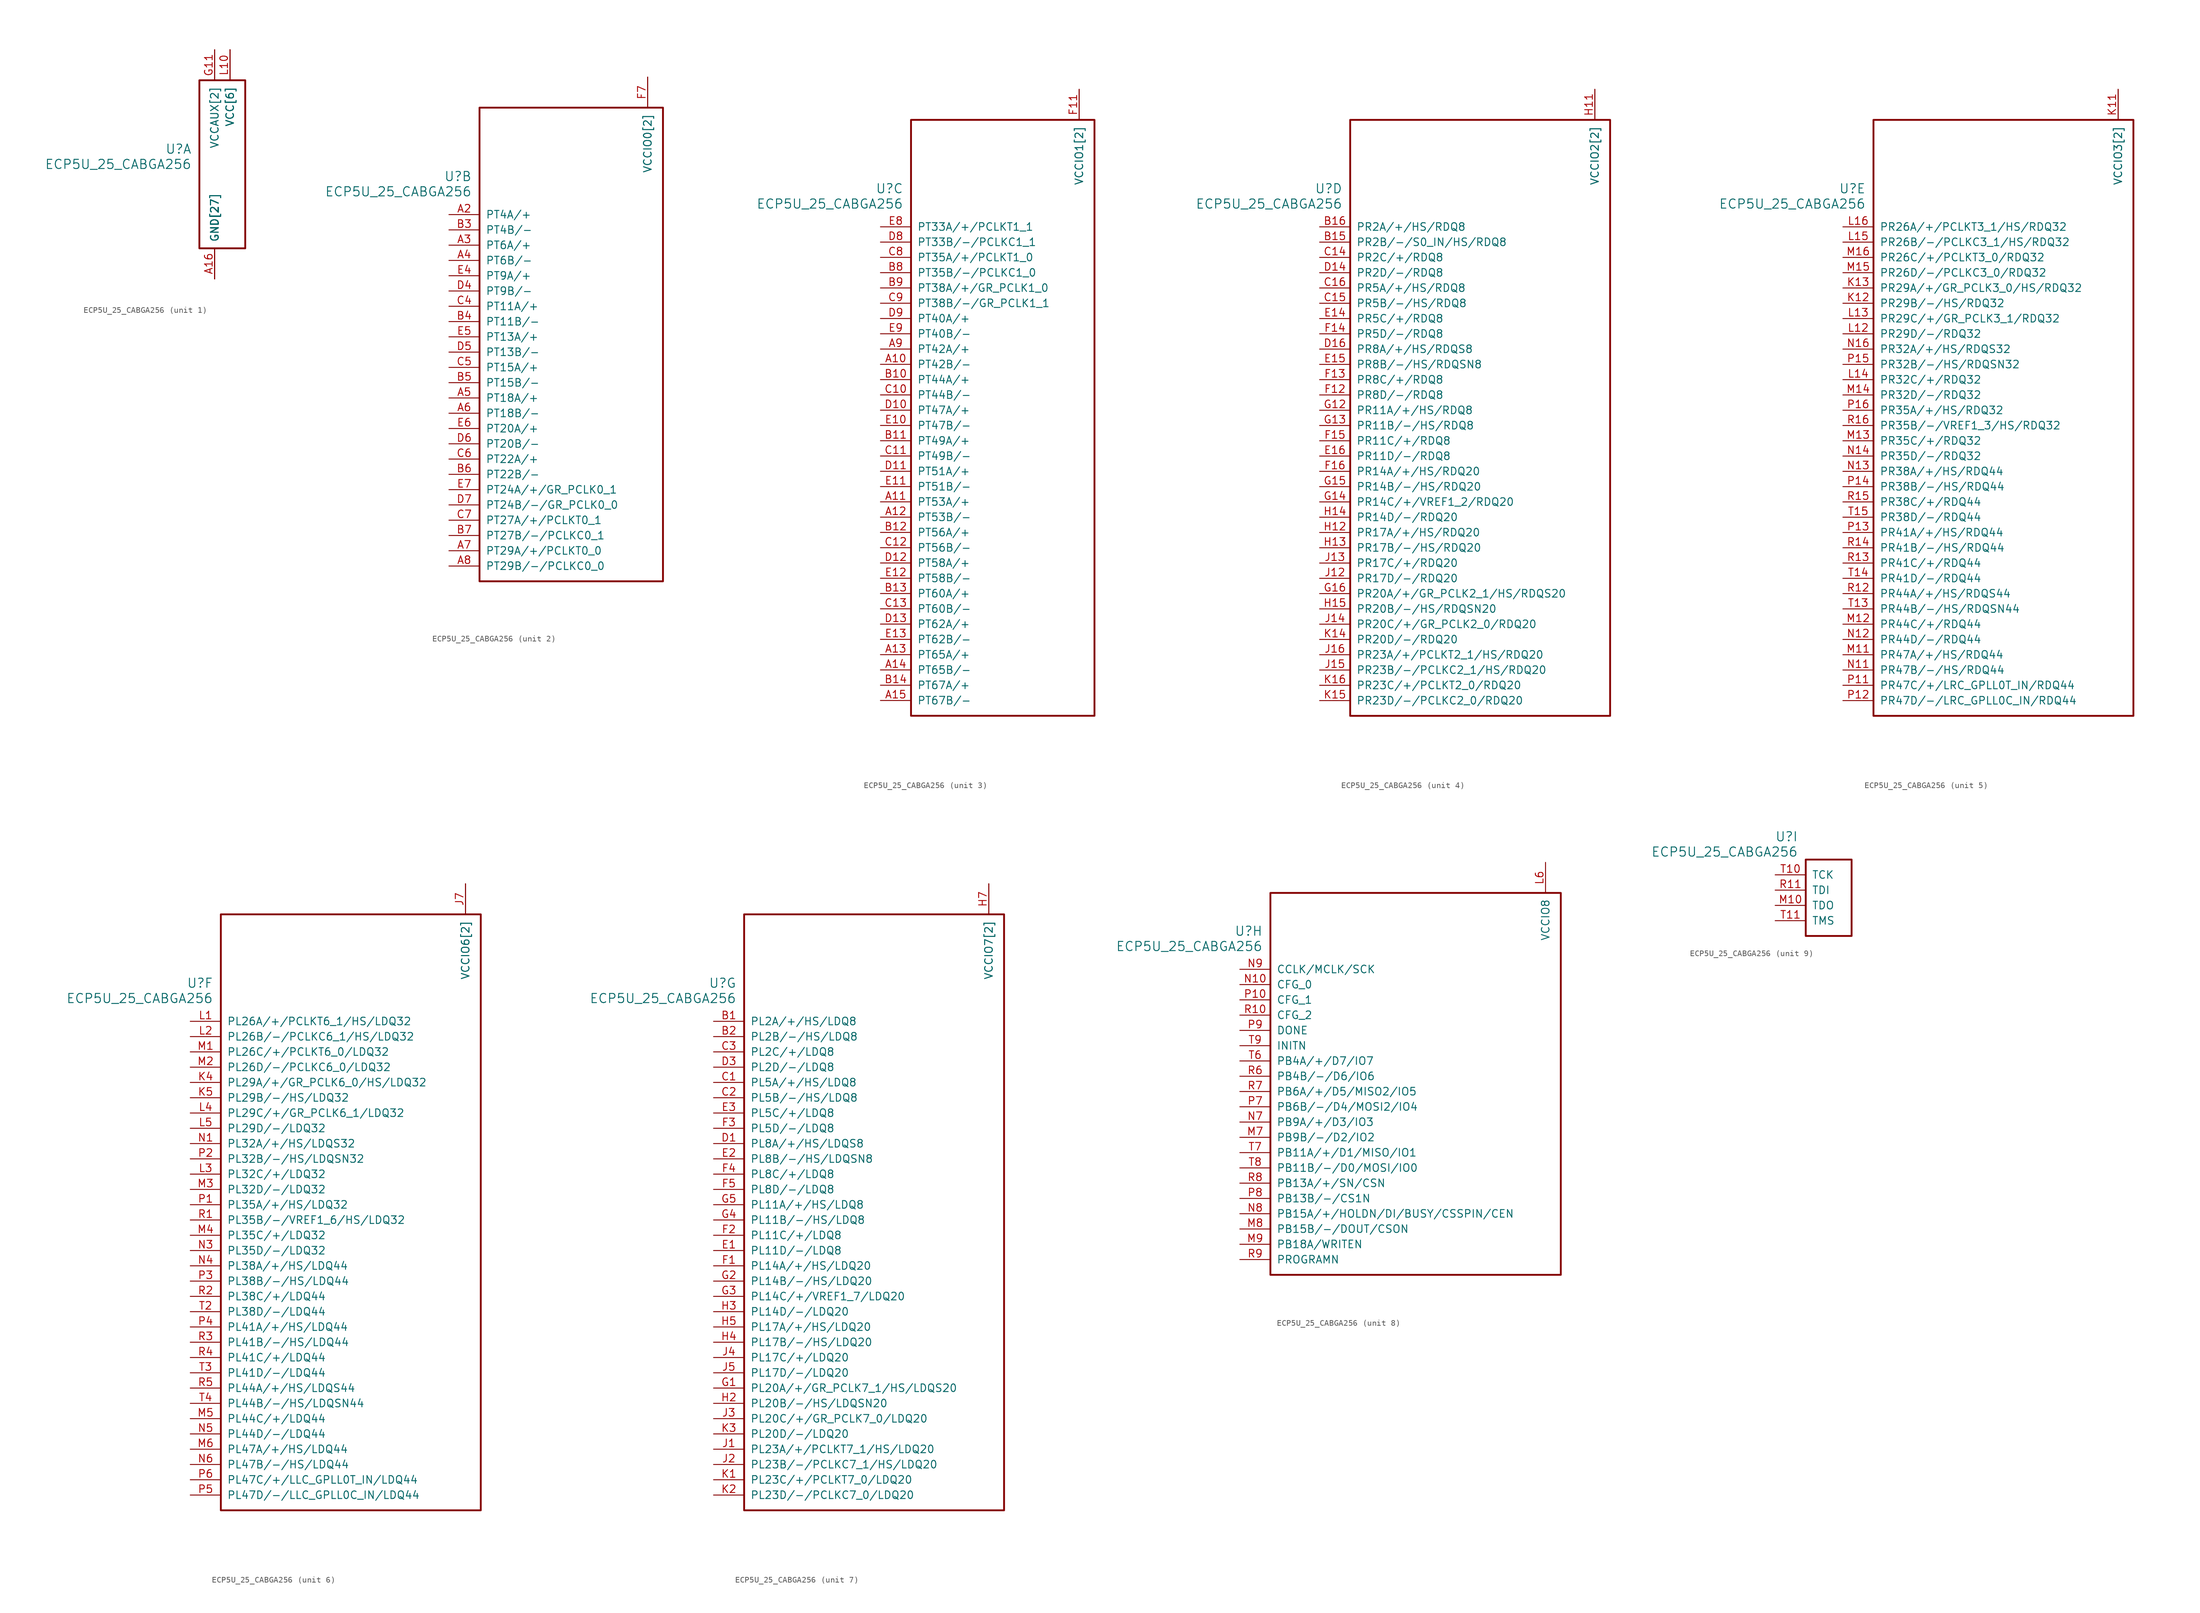
<source format=kicad_sym>
(kicad_symbol_lib
  (version 20231120)
  (generator "kicad_symbol_editor")
  (generator_version "8.0")
  (symbol "ECP5U_25_CABGA256"
    (pin_names
      (offset 1.016))
    (property "Reference" "U"
      (at 3.81 6.35 0)
      (effects (font (size 1.524 1.524)) (justify right)))
    (property "Value" "ECP5U_25_CABGA256"
      (at 3.81 3.81 0)
      (effects (font (size 1.524 1.524)) (justify right)))
    (property "ki_locked" ""
      (at 0 0 0)
      (effects (font (size 1.27 1.27))))
    (symbol "ECP5U_25_CABGA256_1_1"
      (rectangle (start 5.08 17.78) (end 12.7 -10.16) (stroke (width 0.305) (type solid)) (fill (type none)))
      (pin power_in line (at 7.62 -15.24 90) (length 5.08) (name "GND[27]" (effects (font (size 1.27 1.27)))) (number "A1" (effects (font (size 0 0)))))
      (pin power_in line (at 7.62 -15.24 90) (length 5.08) (name "GND[27]" (effects (font (size 1.27 1.27)))) (number "A16" (effects (font (size 1.27 1.27)))))
      (pin power_in line (at 7.62 -15.24 90) (length 5.08) (name "GND[27]" (effects (font (size 1.27 1.27)))) (number "D15" (effects (font (size 0 0)))))
      (pin power_in line (at 7.62 -15.24 90) (length 5.08) (name "GND[27]" (effects (font (size 1.27 1.27)))) (number "D2" (effects (font (size 0 0)))))
      (pin power_in line (at 7.62 -15.24 90) (length 5.08) (name "GND[27]" (effects (font (size 1.27 1.27)))) (number "F8" (effects (font (size 0 0)))))
      (pin power_in line (at 7.62 -15.24 90) (length 5.08) (name "GND[27]" (effects (font (size 1.27 1.27)))) (number "F9" (effects (font (size 0 0)))))
      (pin power_in line (at 7.62 -15.24 90) (length 5.08) (name "GND[27]" (effects (font (size 1.27 1.27)))) (number "G10" (effects (font (size 0 0)))))
      (pin power_in line (at 7.62 22.86 270) (length 5.08) (name "VCCAUX[2]" (effects (font (size 1.27 1.27)))) (number "G11" (effects (font (size 1.27 1.27)))))
      (pin power_in line (at 10.16 22.86 270) (length 5.08) (name "VCC[6]" (effects (font (size 1.27 1.27)))) (number "G6" (effects (font (size 0 0)))))
      (pin power_in line (at 10.16 22.86 270) (length 5.08) (name "VCC[6]" (effects (font (size 1.27 1.27)))) (number "G7" (effects (font (size 0 0)))))
      (pin power_in line (at 7.62 -15.24 90) (length 5.08) (name "GND[27]" (effects (font (size 1.27 1.27)))) (number "G8" (effects (font (size 0 0)))))
      (pin power_in line (at 10.16 22.86 270) (length 5.08) (name "VCC[6]" (effects (font (size 1.27 1.27)))) (number "G9" (effects (font (size 0 0)))))
      (pin power_in line (at 7.62 -15.24 90) (length 5.08) (name "GND[27]" (effects (font (size 1.27 1.27)))) (number "H1" (effects (font (size 0 0)))))
      (pin power_in line (at 7.62 -15.24 90) (length 5.08) (name "GND[27]" (effects (font (size 1.27 1.27)))) (number "H10" (effects (font (size 0 0)))))
      (pin power_in line (at 7.62 -15.24 90) (length 5.08) (name "GND[27]" (effects (font (size 1.27 1.27)))) (number "H16" (effects (font (size 0 0)))))
      (pin power_in line (at 7.62 -15.24 90) (length 5.08) (name "GND[27]" (effects (font (size 1.27 1.27)))) (number "H8" (effects (font (size 0 0)))))
      (pin power_in line (at 7.62 -15.24 90) (length 5.08) (name "GND[27]" (effects (font (size 1.27 1.27)))) (number "H9" (effects (font (size 0 0)))))
      (pin power_in line (at 7.62 -15.24 90) (length 5.08) (name "GND[27]" (effects (font (size 1.27 1.27)))) (number "J10" (effects (font (size 0 0)))))
      (pin power_in line (at 7.62 -15.24 90) (length 5.08) (name "GND[27]" (effects (font (size 1.27 1.27)))) (number "J8" (effects (font (size 0 0)))))
      (pin power_in line (at 7.62 -15.24 90) (length 5.08) (name "GND[27]" (effects (font (size 1.27 1.27)))) (number "J9" (effects (font (size 0 0)))))
      (pin power_in line (at 7.62 -15.24 90) (length 5.08) (name "GND[27]" (effects (font (size 1.27 1.27)))) (number "K10" (effects (font (size 0 0)))))
      (pin power_in line (at 7.62 -15.24 90) (length 5.08) (name "GND[27]" (effects (font (size 1.27 1.27)))) (number "K6" (effects (font (size 0 0)))))
      (pin power_in line (at 7.62 -15.24 90) (length 5.08) (name "GND[27]" (effects (font (size 1.27 1.27)))) (number "K7" (effects (font (size 0 0)))))
      (pin power_in line (at 7.62 -15.24 90) (length 5.08) (name "GND[27]" (effects (font (size 1.27 1.27)))) (number "K8" (effects (font (size 0 0)))))
      (pin power_in line (at 7.62 -15.24 90) (length 5.08) (name "GND[27]" (effects (font (size 1.27 1.27)))) (number "K9" (effects (font (size 0 0)))))
      (pin power_in line (at 10.16 22.86 270) (length 5.08) (name "VCC[6]" (effects (font (size 1.27 1.27)))) (number "L10" (effects (font (size 1.27 1.27)))))
      (pin power_in line (at 7.62 22.86 270) (length 5.08) (name "VCCAUX[2]" (effects (font (size 1.27 1.27)))) (number "L7" (effects (font (size 0 0)))))
      (pin power_in line (at 10.16 22.86 270) (length 5.08) (name "VCC[6]" (effects (font (size 1.27 1.27)))) (number "L8" (effects (font (size 0 0)))))
      (pin power_in line (at 10.16 22.86 270) (length 5.08) (name "VCC[6]" (effects (font (size 1.27 1.27)))) (number "L9" (effects (font (size 0 0)))))
      (pin power_in line (at 7.62 -15.24 90) (length 5.08) (name "GND[27]" (effects (font (size 1.27 1.27)))) (number "N15" (effects (font (size 0 0)))))
      (pin power_in line (at 7.62 -15.24 90) (length 5.08) (name "GND[27]" (effects (font (size 1.27 1.27)))) (number "N2" (effects (font (size 0 0)))))
      (pin power_in line (at 7.62 -15.24 90) (length 5.08) (name "GND[27]" (effects (font (size 1.27 1.27)))) (number "T1" (effects (font (size 0 0)))))
      (pin power_in line (at 7.62 -15.24 90) (length 5.08) (name "GND[27]" (effects (font (size 1.27 1.27)))) (number "T12" (effects (font (size 0 0)))))
      (pin power_in line (at 7.62 -15.24 90) (length 5.08) (name "GND[27]" (effects (font (size 1.27 1.27)))) (number "T16" (effects (font (size 0 0)))))
      (pin power_in line (at 7.62 -15.24 90) (length 5.08) (name "GND[27]" (effects (font (size 1.27 1.27)))) (number "T5" (effects (font (size 0 0))))))
    (symbol "ECP5U_25_CABGA256_2_1"
      (rectangle (start 5.08 17.78) (end 35.56 -60.96) (stroke (width 0.305) (type solid)) (fill (type none)))
      (pin bidirectional line (at 0 0 0) (length 5.08) (name "PT4A/+" (effects (font (size 1.27 1.27)))) (number "A2" (effects (font (size 1.27 1.27)))))
      (pin bidirectional line (at 0 -5.08 0) (length 5.08) (name "PT6A/+" (effects (font (size 1.27 1.27)))) (number "A3" (effects (font (size 1.27 1.27)))))
      (pin bidirectional line (at 0 -7.62 0) (length 5.08) (name "PT6B/-" (effects (font (size 1.27 1.27)))) (number "A4" (effects (font (size 1.27 1.27)))))
      (pin bidirectional line (at 0 -30.48 0) (length 5.08) (name "PT18A/+" (effects (font (size 1.27 1.27)))) (number "A5" (effects (font (size 1.27 1.27)))))
      (pin bidirectional line (at 0 -33.02 0) (length 5.08) (name "PT18B/-" (effects (font (size 1.27 1.27)))) (number "A6" (effects (font (size 1.27 1.27)))))
      (pin bidirectional line (at 0 -55.88 0) (length 5.08) (name "PT29A/+/PCLKT0_0" (effects (font (size 1.27 1.27)))) (number "A7" (effects (font (size 1.27 1.27)))))
      (pin bidirectional line (at 0 -58.42 0) (length 5.08) (name "PT29B/-/PCLKC0_0" (effects (font (size 1.27 1.27)))) (number "A8" (effects (font (size 1.27 1.27)))))
      (pin bidirectional line (at 0 -2.54 0) (length 5.08) (name "PT4B/-" (effects (font (size 1.27 1.27)))) (number "B3" (effects (font (size 1.27 1.27)))))
      (pin bidirectional line (at 0 -17.78 0) (length 5.08) (name "PT11B/-" (effects (font (size 1.27 1.27)))) (number "B4" (effects (font (size 1.27 1.27)))))
      (pin bidirectional line (at 0 -27.94 0) (length 5.08) (name "PT15B/-" (effects (font (size 1.27 1.27)))) (number "B5" (effects (font (size 1.27 1.27)))))
      (pin bidirectional line (at 0 -43.18 0) (length 5.08) (name "PT22B/-" (effects (font (size 1.27 1.27)))) (number "B6" (effects (font (size 1.27 1.27)))))
      (pin bidirectional line (at 0 -53.34 0) (length 5.08) (name "PT27B/-/PCLKC0_1" (effects (font (size 1.27 1.27)))) (number "B7" (effects (font (size 1.27 1.27)))))
      (pin bidirectional line (at 0 -15.24 0) (length 5.08) (name "PT11A/+" (effects (font (size 1.27 1.27)))) (number "C4" (effects (font (size 1.27 1.27)))))
      (pin bidirectional line (at 0 -25.4 0) (length 5.08) (name "PT15A/+" (effects (font (size 1.27 1.27)))) (number "C5" (effects (font (size 1.27 1.27)))))
      (pin bidirectional line (at 0 -40.64 0) (length 5.08) (name "PT22A/+" (effects (font (size 1.27 1.27)))) (number "C6" (effects (font (size 1.27 1.27)))))
      (pin bidirectional line (at 0 -50.8 0) (length 5.08) (name "PT27A/+/PCLKT0_1" (effects (font (size 1.27 1.27)))) (number "C7" (effects (font (size 1.27 1.27)))))
      (pin bidirectional line (at 0 -12.7 0) (length 5.08) (name "PT9B/-" (effects (font (size 1.27 1.27)))) (number "D4" (effects (font (size 1.27 1.27)))))
      (pin bidirectional line (at 0 -22.86 0) (length 5.08) (name "PT13B/-" (effects (font (size 1.27 1.27)))) (number "D5" (effects (font (size 1.27 1.27)))))
      (pin bidirectional line (at 0 -38.1 0) (length 5.08) (name "PT20B/-" (effects (font (size 1.27 1.27)))) (number "D6" (effects (font (size 1.27 1.27)))))
      (pin bidirectional line (at 0 -48.26 0) (length 5.08) (name "PT24B/-/GR_PCLK0_0" (effects (font (size 1.27 1.27)))) (number "D7" (effects (font (size 1.27 1.27)))))
      (pin bidirectional line (at 0 -10.16 0) (length 5.08) (name "PT9A/+" (effects (font (size 1.27 1.27)))) (number "E4" (effects (font (size 1.27 1.27)))))
      (pin bidirectional line (at 0 -20.32 0) (length 5.08) (name "PT13A/+" (effects (font (size 1.27 1.27)))) (number "E5" (effects (font (size 1.27 1.27)))))
      (pin bidirectional line (at 0 -35.56 0) (length 5.08) (name "PT20A/+" (effects (font (size 1.27 1.27)))) (number "E6" (effects (font (size 1.27 1.27)))))
      (pin bidirectional line (at 0 -45.72 0) (length 5.08) (name "PT24A/+/GR_PCLK0_1" (effects (font (size 1.27 1.27)))) (number "E7" (effects (font (size 1.27 1.27)))))
      (pin power_in line (at 33.02 22.86 270) (length 5.08) (name "VCCIO0[2]" (effects (font (size 1.27 1.27)))) (number "F6" (effects (font (size 0 0)))))
      (pin power_in line (at 33.02 22.86 270) (length 5.08) (name "VCCIO0[2]" (effects (font (size 1.27 1.27)))) (number "F7" (effects (font (size 1.27 1.27))))))
    (symbol "ECP5U_25_CABGA256_3_1"
      (rectangle (start 5.08 17.78) (end 35.56 -81.28) (stroke (width 0.305) (type solid)) (fill (type none)))
      (pin bidirectional line (at 0 -22.86 0) (length 5.08) (name "PT42B/-" (effects (font (size 1.27 1.27)))) (number "A10" (effects (font (size 1.27 1.27)))))
      (pin bidirectional line (at 0 -45.72 0) (length 5.08) (name "PT53A/+" (effects (font (size 1.27 1.27)))) (number "A11" (effects (font (size 1.27 1.27)))))
      (pin bidirectional line (at 0 -48.26 0) (length 5.08) (name "PT53B/-" (effects (font (size 1.27 1.27)))) (number "A12" (effects (font (size 1.27 1.27)))))
      (pin bidirectional line (at 0 -71.12 0) (length 5.08) (name "PT65A/+" (effects (font (size 1.27 1.27)))) (number "A13" (effects (font (size 1.27 1.27)))))
      (pin bidirectional line (at 0 -73.66 0) (length 5.08) (name "PT65B/-" (effects (font (size 1.27 1.27)))) (number "A14" (effects (font (size 1.27 1.27)))))
      (pin bidirectional line (at 0 -78.74 0) (length 5.08) (name "PT67B/-" (effects (font (size 1.27 1.27)))) (number "A15" (effects (font (size 1.27 1.27)))))
      (pin bidirectional line (at 0 -20.32 0) (length 5.08) (name "PT42A/+" (effects (font (size 1.27 1.27)))) (number "A9" (effects (font (size 1.27 1.27)))))
      (pin bidirectional line (at 0 -25.4 0) (length 5.08) (name "PT44A/+" (effects (font (size 1.27 1.27)))) (number "B10" (effects (font (size 1.27 1.27)))))
      (pin bidirectional line (at 0 -35.56 0) (length 5.08) (name "PT49A/+" (effects (font (size 1.27 1.27)))) (number "B11" (effects (font (size 1.27 1.27)))))
      (pin bidirectional line (at 0 -50.8 0) (length 5.08) (name "PT56A/+" (effects (font (size 1.27 1.27)))) (number "B12" (effects (font (size 1.27 1.27)))))
      (pin bidirectional line (at 0 -60.96 0) (length 5.08) (name "PT60A/+" (effects (font (size 1.27 1.27)))) (number "B13" (effects (font (size 1.27 1.27)))))
      (pin bidirectional line (at 0 -76.2 0) (length 5.08) (name "PT67A/+" (effects (font (size 1.27 1.27)))) (number "B14" (effects (font (size 1.27 1.27)))))
      (pin bidirectional line (at 0 -7.62 0) (length 5.08) (name "PT35B/-/PCLKC1_0" (effects (font (size 1.27 1.27)))) (number "B8" (effects (font (size 1.27 1.27)))))
      (pin bidirectional line (at 0 -10.16 0) (length 5.08) (name "PT38A/+/GR_PCLK1_0" (effects (font (size 1.27 1.27)))) (number "B9" (effects (font (size 1.27 1.27)))))
      (pin bidirectional line (at 0 -27.94 0) (length 5.08) (name "PT44B/-" (effects (font (size 1.27 1.27)))) (number "C10" (effects (font (size 1.27 1.27)))))
      (pin bidirectional line (at 0 -38.1 0) (length 5.08) (name "PT49B/-" (effects (font (size 1.27 1.27)))) (number "C11" (effects (font (size 1.27 1.27)))))
      (pin bidirectional line (at 0 -53.34 0) (length 5.08) (name "PT56B/-" (effects (font (size 1.27 1.27)))) (number "C12" (effects (font (size 1.27 1.27)))))
      (pin bidirectional line (at 0 -63.5 0) (length 5.08) (name "PT60B/-" (effects (font (size 1.27 1.27)))) (number "C13" (effects (font (size 1.27 1.27)))))
      (pin bidirectional line (at 0 -5.08 0) (length 5.08) (name "PT35A/+/PCLKT1_0" (effects (font (size 1.27 1.27)))) (number "C8" (effects (font (size 1.27 1.27)))))
      (pin bidirectional line (at 0 -12.7 0) (length 5.08) (name "PT38B/-/GR_PCLK1_1" (effects (font (size 1.27 1.27)))) (number "C9" (effects (font (size 1.27 1.27)))))
      (pin bidirectional line (at 0 -30.48 0) (length 5.08) (name "PT47A/+" (effects (font (size 1.27 1.27)))) (number "D10" (effects (font (size 1.27 1.27)))))
      (pin bidirectional line (at 0 -40.64 0) (length 5.08) (name "PT51A/+" (effects (font (size 1.27 1.27)))) (number "D11" (effects (font (size 1.27 1.27)))))
      (pin bidirectional line (at 0 -55.88 0) (length 5.08) (name "PT58A/+" (effects (font (size 1.27 1.27)))) (number "D12" (effects (font (size 1.27 1.27)))))
      (pin bidirectional line (at 0 -66.04 0) (length 5.08) (name "PT62A/+" (effects (font (size 1.27 1.27)))) (number "D13" (effects (font (size 1.27 1.27)))))
      (pin bidirectional line (at 0 -2.54 0) (length 5.08) (name "PT33B/-/PCLKC1_1" (effects (font (size 1.27 1.27)))) (number "D8" (effects (font (size 1.27 1.27)))))
      (pin bidirectional line (at 0 -15.24 0) (length 5.08) (name "PT40A/+" (effects (font (size 1.27 1.27)))) (number "D9" (effects (font (size 1.27 1.27)))))
      (pin bidirectional line (at 0 -33.02 0) (length 5.08) (name "PT47B/-" (effects (font (size 1.27 1.27)))) (number "E10" (effects (font (size 1.27 1.27)))))
      (pin bidirectional line (at 0 -43.18 0) (length 5.08) (name "PT51B/-" (effects (font (size 1.27 1.27)))) (number "E11" (effects (font (size 1.27 1.27)))))
      (pin bidirectional line (at 0 -58.42 0) (length 5.08) (name "PT58B/-" (effects (font (size 1.27 1.27)))) (number "E12" (effects (font (size 1.27 1.27)))))
      (pin bidirectional line (at 0 -68.58 0) (length 5.08) (name "PT62B/-" (effects (font (size 1.27 1.27)))) (number "E13" (effects (font (size 1.27 1.27)))))
      (pin bidirectional line (at 0 0 0) (length 5.08) (name "PT33A/+/PCLKT1_1" (effects (font (size 1.27 1.27)))) (number "E8" (effects (font (size 1.27 1.27)))))
      (pin bidirectional line (at 0 -17.78 0) (length 5.08) (name "PT40B/-" (effects (font (size 1.27 1.27)))) (number "E9" (effects (font (size 1.27 1.27)))))
      (pin power_in line (at 33.02 22.86 270) (length 5.08) (name "VCCIO1[2]" (effects (font (size 1.27 1.27)))) (number "F10" (effects (font (size 0 0)))))
      (pin power_in line (at 33.02 22.86 270) (length 5.08) (name "VCCIO1[2]" (effects (font (size 1.27 1.27)))) (number "F11" (effects (font (size 1.27 1.27))))))
    (symbol "ECP5U_25_CABGA256_4_1"
      (rectangle (start 5.08 17.78) (end 48.26 -81.28) (stroke (width 0.305) (type solid)) (fill (type none)))
      (pin bidirectional line (at 0 -2.54 0) (length 5.08) (name "PR2B/-/S0_IN/HS/RDQ8" (effects (font (size 1.27 1.27)))) (number "B15" (effects (font (size 1.27 1.27)))))
      (pin bidirectional line (at 0 0 0) (length 5.08) (name "PR2A/+/HS/RDQ8" (effects (font (size 1.27 1.27)))) (number "B16" (effects (font (size 1.27 1.27)))))
      (pin bidirectional line (at 0 -5.08 0) (length 5.08) (name "PR2C/+/RDQ8" (effects (font (size 1.27 1.27)))) (number "C14" (effects (font (size 1.27 1.27)))))
      (pin bidirectional line (at 0 -12.7 0) (length 5.08) (name "PR5B/-/HS/RDQ8" (effects (font (size 1.27 1.27)))) (number "C15" (effects (font (size 1.27 1.27)))))
      (pin bidirectional line (at 0 -10.16 0) (length 5.08) (name "PR5A/+/HS/RDQ8" (effects (font (size 1.27 1.27)))) (number "C16" (effects (font (size 1.27 1.27)))))
      (pin bidirectional line (at 0 -7.62 0) (length 5.08) (name "PR2D/-/RDQ8" (effects (font (size 1.27 1.27)))) (number "D14" (effects (font (size 1.27 1.27)))))
      (pin bidirectional line (at 0 -20.32 0) (length 5.08) (name "PR8A/+/HS/RDQS8" (effects (font (size 1.27 1.27)))) (number "D16" (effects (font (size 1.27 1.27)))))
      (pin bidirectional line (at 0 -15.24 0) (length 5.08) (name "PR5C/+/RDQ8" (effects (font (size 1.27 1.27)))) (number "E14" (effects (font (size 1.27 1.27)))))
      (pin bidirectional line (at 0 -22.86 0) (length 5.08) (name "PR8B/-/HS/RDQSN8" (effects (font (size 1.27 1.27)))) (number "E15" (effects (font (size 1.27 1.27)))))
      (pin bidirectional line (at 0 -38.1 0) (length 5.08) (name "PR11D/-/RDQ8" (effects (font (size 1.27 1.27)))) (number "E16" (effects (font (size 1.27 1.27)))))
      (pin bidirectional line (at 0 -27.94 0) (length 5.08) (name "PR8D/-/RDQ8" (effects (font (size 1.27 1.27)))) (number "F12" (effects (font (size 1.27 1.27)))))
      (pin bidirectional line (at 0 -25.4 0) (length 5.08) (name "PR8C/+/RDQ8" (effects (font (size 1.27 1.27)))) (number "F13" (effects (font (size 1.27 1.27)))))
      (pin bidirectional line (at 0 -17.78 0) (length 5.08) (name "PR5D/-/RDQ8" (effects (font (size 1.27 1.27)))) (number "F14" (effects (font (size 1.27 1.27)))))
      (pin bidirectional line (at 0 -35.56 0) (length 5.08) (name "PR11C/+/RDQ8" (effects (font (size 1.27 1.27)))) (number "F15" (effects (font (size 1.27 1.27)))))
      (pin bidirectional line (at 0 -40.64 0) (length 5.08) (name "PR14A/+/HS/RDQ20" (effects (font (size 1.27 1.27)))) (number "F16" (effects (font (size 1.27 1.27)))))
      (pin bidirectional line (at 0 -30.48 0) (length 5.08) (name "PR11A/+/HS/RDQ8" (effects (font (size 1.27 1.27)))) (number "G12" (effects (font (size 1.27 1.27)))))
      (pin bidirectional line (at 0 -33.02 0) (length 5.08) (name "PR11B/-/HS/RDQ8" (effects (font (size 1.27 1.27)))) (number "G13" (effects (font (size 1.27 1.27)))))
      (pin bidirectional line (at 0 -45.72 0) (length 5.08) (name "PR14C/+/VREF1_2/RDQ20" (effects (font (size 1.27 1.27)))) (number "G14" (effects (font (size 1.27 1.27)))))
      (pin bidirectional line (at 0 -43.18 0) (length 5.08) (name "PR14B/-/HS/RDQ20" (effects (font (size 1.27 1.27)))) (number "G15" (effects (font (size 1.27 1.27)))))
      (pin bidirectional line (at 0 -60.96 0) (length 5.08) (name "PR20A/+/GR_PCLK2_1/HS/RDQS20" (effects (font (size 1.27 1.27)))) (number "G16" (effects (font (size 1.27 1.27)))))
      (pin power_in line (at 45.72 22.86 270) (length 5.08) (name "VCCIO2[2]" (effects (font (size 1.27 1.27)))) (number "H11" (effects (font (size 1.27 1.27)))))
      (pin bidirectional line (at 0 -50.8 0) (length 5.08) (name "PR17A/+/HS/RDQ20" (effects (font (size 1.27 1.27)))) (number "H12" (effects (font (size 1.27 1.27)))))
      (pin bidirectional line (at 0 -53.34 0) (length 5.08) (name "PR17B/-/HS/RDQ20" (effects (font (size 1.27 1.27)))) (number "H13" (effects (font (size 1.27 1.27)))))
      (pin bidirectional line (at 0 -48.26 0) (length 5.08) (name "PR14D/-/RDQ20" (effects (font (size 1.27 1.27)))) (number "H14" (effects (font (size 1.27 1.27)))))
      (pin bidirectional line (at 0 -63.5 0) (length 5.08) (name "PR20B/-/HS/RDQSN20" (effects (font (size 1.27 1.27)))) (number "H15" (effects (font (size 1.27 1.27)))))
      (pin power_in line (at 45.72 22.86 270) (length 5.08) (name "VCCIO2[2]" (effects (font (size 1.27 1.27)))) (number "J11" (effects (font (size 0 0)))))
      (pin bidirectional line (at 0 -58.42 0) (length 5.08) (name "PR17D/-/RDQ20" (effects (font (size 1.27 1.27)))) (number "J12" (effects (font (size 1.27 1.27)))))
      (pin bidirectional line (at 0 -55.88 0) (length 5.08) (name "PR17C/+/RDQ20" (effects (font (size 1.27 1.27)))) (number "J13" (effects (font (size 1.27 1.27)))))
      (pin bidirectional line (at 0 -66.04 0) (length 5.08) (name "PR20C/+/GR_PCLK2_0/RDQ20" (effects (font (size 1.27 1.27)))) (number "J14" (effects (font (size 1.27 1.27)))))
      (pin bidirectional line (at 0 -73.66 0) (length 5.08) (name "PR23B/-/PCLKC2_1/HS/RDQ20" (effects (font (size 1.27 1.27)))) (number "J15" (effects (font (size 1.27 1.27)))))
      (pin bidirectional line (at 0 -71.12 0) (length 5.08) (name "PR23A/+/PCLKT2_1/HS/RDQ20" (effects (font (size 1.27 1.27)))) (number "J16" (effects (font (size 1.27 1.27)))))
      (pin bidirectional line (at 0 -68.58 0) (length 5.08) (name "PR20D/-/RDQ20" (effects (font (size 1.27 1.27)))) (number "K14" (effects (font (size 1.27 1.27)))))
      (pin bidirectional line (at 0 -78.74 0) (length 5.08) (name "PR23D/-/PCLKC2_0/RDQ20" (effects (font (size 1.27 1.27)))) (number "K15" (effects (font (size 1.27 1.27)))))
      (pin bidirectional line (at 0 -76.2 0) (length 5.08) (name "PR23C/+/PCLKT2_0/RDQ20" (effects (font (size 1.27 1.27)))) (number "K16" (effects (font (size 1.27 1.27))))))
    (symbol "ECP5U_25_CABGA256_5_1"
      (rectangle (start 5.08 17.78) (end 48.26 -81.28) (stroke (width 0.305) (type solid)) (fill (type none)))
      (pin power_in line (at 45.72 22.86 270) (length 5.08) (name "VCCIO3[2]" (effects (font (size 1.27 1.27)))) (number "K11" (effects (font (size 1.27 1.27)))))
      (pin bidirectional line (at 0 -12.7 0) (length 5.08) (name "PR29B/-/HS/RDQ32" (effects (font (size 1.27 1.27)))) (number "K12" (effects (font (size 1.27 1.27)))))
      (pin bidirectional line (at 0 -10.16 0) (length 5.08) (name "PR29A/+/GR_PCLK3_0/HS/RDQ32" (effects (font (size 1.27 1.27)))) (number "K13" (effects (font (size 1.27 1.27)))))
      (pin power_in line (at 45.72 22.86 270) (length 5.08) (name "VCCIO3[2]" (effects (font (size 1.27 1.27)))) (number "L11" (effects (font (size 0 0)))))
      (pin bidirectional line (at 0 -17.78 0) (length 5.08) (name "PR29D/-/RDQ32" (effects (font (size 1.27 1.27)))) (number "L12" (effects (font (size 1.27 1.27)))))
      (pin bidirectional line (at 0 -15.24 0) (length 5.08) (name "PR29C/+/GR_PCLK3_1/RDQ32" (effects (font (size 1.27 1.27)))) (number "L13" (effects (font (size 1.27 1.27)))))
      (pin bidirectional line (at 0 -25.4 0) (length 5.08) (name "PR32C/+/RDQ32" (effects (font (size 1.27 1.27)))) (number "L14" (effects (font (size 1.27 1.27)))))
      (pin bidirectional line (at 0 -2.54 0) (length 5.08) (name "PR26B/-/PCLKC3_1/HS/RDQ32" (effects (font (size 1.27 1.27)))) (number "L15" (effects (font (size 1.27 1.27)))))
      (pin bidirectional line (at 0 0 0) (length 5.08) (name "PR26A/+/PCLKT3_1/HS/RDQ32" (effects (font (size 1.27 1.27)))) (number "L16" (effects (font (size 1.27 1.27)))))
      (pin bidirectional line (at 0 -71.12 0) (length 5.08) (name "PR47A/+/HS/RDQ44" (effects (font (size 1.27 1.27)))) (number "M11" (effects (font (size 1.27 1.27)))))
      (pin bidirectional line (at 0 -66.04 0) (length 5.08) (name "PR44C/+/RDQ44" (effects (font (size 1.27 1.27)))) (number "M12" (effects (font (size 1.27 1.27)))))
      (pin bidirectional line (at 0 -35.56 0) (length 5.08) (name "PR35C/+/RDQ32" (effects (font (size 1.27 1.27)))) (number "M13" (effects (font (size 1.27 1.27)))))
      (pin bidirectional line (at 0 -27.94 0) (length 5.08) (name "PR32D/-/RDQ32" (effects (font (size 1.27 1.27)))) (number "M14" (effects (font (size 1.27 1.27)))))
      (pin bidirectional line (at 0 -7.62 0) (length 5.08) (name "PR26D/-/PCLKC3_0/RDQ32" (effects (font (size 1.27 1.27)))) (number "M15" (effects (font (size 1.27 1.27)))))
      (pin bidirectional line (at 0 -5.08 0) (length 5.08) (name "PR26C/+/PCLKT3_0/RDQ32" (effects (font (size 1.27 1.27)))) (number "M16" (effects (font (size 1.27 1.27)))))
      (pin bidirectional line (at 0 -73.66 0) (length 5.08) (name "PR47B/-/HS/RDQ44" (effects (font (size 1.27 1.27)))) (number "N11" (effects (font (size 1.27 1.27)))))
      (pin bidirectional line (at 0 -68.58 0) (length 5.08) (name "PR44D/-/RDQ44" (effects (font (size 1.27 1.27)))) (number "N12" (effects (font (size 1.27 1.27)))))
      (pin bidirectional line (at 0 -40.64 0) (length 5.08) (name "PR38A/+/HS/RDQ44" (effects (font (size 1.27 1.27)))) (number "N13" (effects (font (size 1.27 1.27)))))
      (pin bidirectional line (at 0 -38.1 0) (length 5.08) (name "PR35D/-/RDQ32" (effects (font (size 1.27 1.27)))) (number "N14" (effects (font (size 1.27 1.27)))))
      (pin bidirectional line (at 0 -20.32 0) (length 5.08) (name "PR32A/+/HS/RDQS32" (effects (font (size 1.27 1.27)))) (number "N16" (effects (font (size 1.27 1.27)))))
      (pin bidirectional line (at 0 -76.2 0) (length 5.08) (name "PR47C/+/LRC_GPLL0T_IN/RDQ44" (effects (font (size 1.27 1.27)))) (number "P11" (effects (font (size 1.27 1.27)))))
      (pin bidirectional line (at 0 -78.74 0) (length 5.08) (name "PR47D/-/LRC_GPLL0C_IN/RDQ44" (effects (font (size 1.27 1.27)))) (number "P12" (effects (font (size 1.27 1.27)))))
      (pin bidirectional line (at 0 -50.8 0) (length 5.08) (name "PR41A/+/HS/RDQ44" (effects (font (size 1.27 1.27)))) (number "P13" (effects (font (size 1.27 1.27)))))
      (pin bidirectional line (at 0 -43.18 0) (length 5.08) (name "PR38B/-/HS/RDQ44" (effects (font (size 1.27 1.27)))) (number "P14" (effects (font (size 1.27 1.27)))))
      (pin bidirectional line (at 0 -22.86 0) (length 5.08) (name "PR32B/-/HS/RDQSN32" (effects (font (size 1.27 1.27)))) (number "P15" (effects (font (size 1.27 1.27)))))
      (pin bidirectional line (at 0 -30.48 0) (length 5.08) (name "PR35A/+/HS/RDQ32" (effects (font (size 1.27 1.27)))) (number "P16" (effects (font (size 1.27 1.27)))))
      (pin bidirectional line (at 0 -60.96 0) (length 5.08) (name "PR44A/+/HS/RDQS44" (effects (font (size 1.27 1.27)))) (number "R12" (effects (font (size 1.27 1.27)))))
      (pin bidirectional line (at 0 -55.88 0) (length 5.08) (name "PR41C/+/RDQ44" (effects (font (size 1.27 1.27)))) (number "R13" (effects (font (size 1.27 1.27)))))
      (pin bidirectional line (at 0 -53.34 0) (length 5.08) (name "PR41B/-/HS/RDQ44" (effects (font (size 1.27 1.27)))) (number "R14" (effects (font (size 1.27 1.27)))))
      (pin bidirectional line (at 0 -45.72 0) (length 5.08) (name "PR38C/+/RDQ44" (effects (font (size 1.27 1.27)))) (number "R15" (effects (font (size 1.27 1.27)))))
      (pin bidirectional line (at 0 -33.02 0) (length 5.08) (name "PR35B/-/VREF1_3/HS/RDQ32" (effects (font (size 1.27 1.27)))) (number "R16" (effects (font (size 1.27 1.27)))))
      (pin bidirectional line (at 0 -63.5 0) (length 5.08) (name "PR44B/-/HS/RDQSN44" (effects (font (size 1.27 1.27)))) (number "T13" (effects (font (size 1.27 1.27)))))
      (pin bidirectional line (at 0 -58.42 0) (length 5.08) (name "PR41D/-/RDQ44" (effects (font (size 1.27 1.27)))) (number "T14" (effects (font (size 1.27 1.27)))))
      (pin bidirectional line (at 0 -48.26 0) (length 5.08) (name "PR38D/-/RDQ44" (effects (font (size 1.27 1.27)))) (number "T15" (effects (font (size 1.27 1.27))))))
    (symbol "ECP5U_25_CABGA256_6_1"
      (rectangle (start 5.08 17.78) (end 48.26 -81.28) (stroke (width 0.305) (type solid)) (fill (type none)))
      (pin power_in line (at 45.72 22.86 270) (length 5.08) (name "VCCIO6[2]" (effects (font (size 1.27 1.27)))) (number "J6" (effects (font (size 0 0)))))
      (pin power_in line (at 45.72 22.86 270) (length 5.08) (name "VCCIO6[2]" (effects (font (size 1.27 1.27)))) (number "J7" (effects (font (size 1.27 1.27)))))
      (pin bidirectional line (at 0 -10.16 0) (length 5.08) (name "PL29A/+/GR_PCLK6_0/HS/LDQ32" (effects (font (size 1.27 1.27)))) (number "K4" (effects (font (size 1.27 1.27)))))
      (pin bidirectional line (at 0 -12.7 0) (length 5.08) (name "PL29B/-/HS/LDQ32" (effects (font (size 1.27 1.27)))) (number "K5" (effects (font (size 1.27 1.27)))))
      (pin bidirectional line (at 0 0 0) (length 5.08) (name "PL26A/+/PCLKT6_1/HS/LDQ32" (effects (font (size 1.27 1.27)))) (number "L1" (effects (font (size 1.27 1.27)))))
      (pin bidirectional line (at 0 -2.54 0) (length 5.08) (name "PL26B/-/PCLKC6_1/HS/LDQ32" (effects (font (size 1.27 1.27)))) (number "L2" (effects (font (size 1.27 1.27)))))
      (pin bidirectional line (at 0 -25.4 0) (length 5.08) (name "PL32C/+/LDQ32" (effects (font (size 1.27 1.27)))) (number "L3" (effects (font (size 1.27 1.27)))))
      (pin bidirectional line (at 0 -15.24 0) (length 5.08) (name "PL29C/+/GR_PCLK6_1/LDQ32" (effects (font (size 1.27 1.27)))) (number "L4" (effects (font (size 1.27 1.27)))))
      (pin bidirectional line (at 0 -17.78 0) (length 5.08) (name "PL29D/-/LDQ32" (effects (font (size 1.27 1.27)))) (number "L5" (effects (font (size 1.27 1.27)))))
      (pin bidirectional line (at 0 -5.08 0) (length 5.08) (name "PL26C/+/PCLKT6_0/LDQ32" (effects (font (size 1.27 1.27)))) (number "M1" (effects (font (size 1.27 1.27)))))
      (pin bidirectional line (at 0 -7.62 0) (length 5.08) (name "PL26D/-/PCLKC6_0/LDQ32" (effects (font (size 1.27 1.27)))) (number "M2" (effects (font (size 1.27 1.27)))))
      (pin bidirectional line (at 0 -27.94 0) (length 5.08) (name "PL32D/-/LDQ32" (effects (font (size 1.27 1.27)))) (number "M3" (effects (font (size 1.27 1.27)))))
      (pin bidirectional line (at 0 -35.56 0) (length 5.08) (name "PL35C/+/LDQ32" (effects (font (size 1.27 1.27)))) (number "M4" (effects (font (size 1.27 1.27)))))
      (pin bidirectional line (at 0 -66.04 0) (length 5.08) (name "PL44C/+/LDQ44" (effects (font (size 1.27 1.27)))) (number "M5" (effects (font (size 1.27 1.27)))))
      (pin bidirectional line (at 0 -71.12 0) (length 5.08) (name "PL47A/+/HS/LDQ44" (effects (font (size 1.27 1.27)))) (number "M6" (effects (font (size 1.27 1.27)))))
      (pin bidirectional line (at 0 -20.32 0) (length 5.08) (name "PL32A/+/HS/LDQS32" (effects (font (size 1.27 1.27)))) (number "N1" (effects (font (size 1.27 1.27)))))
      (pin bidirectional line (at 0 -38.1 0) (length 5.08) (name "PL35D/-/LDQ32" (effects (font (size 1.27 1.27)))) (number "N3" (effects (font (size 1.27 1.27)))))
      (pin bidirectional line (at 0 -40.64 0) (length 5.08) (name "PL38A/+/HS/LDQ44" (effects (font (size 1.27 1.27)))) (number "N4" (effects (font (size 1.27 1.27)))))
      (pin bidirectional line (at 0 -68.58 0) (length 5.08) (name "PL44D/-/LDQ44" (effects (font (size 1.27 1.27)))) (number "N5" (effects (font (size 1.27 1.27)))))
      (pin bidirectional line (at 0 -73.66 0) (length 5.08) (name "PL47B/-/HS/LDQ44" (effects (font (size 1.27 1.27)))) (number "N6" (effects (font (size 1.27 1.27)))))
      (pin bidirectional line (at 0 -30.48 0) (length 5.08) (name "PL35A/+/HS/LDQ32" (effects (font (size 1.27 1.27)))) (number "P1" (effects (font (size 1.27 1.27)))))
      (pin bidirectional line (at 0 -22.86 0) (length 5.08) (name "PL32B/-/HS/LDQSN32" (effects (font (size 1.27 1.27)))) (number "P2" (effects (font (size 1.27 1.27)))))
      (pin bidirectional line (at 0 -43.18 0) (length 5.08) (name "PL38B/-/HS/LDQ44" (effects (font (size 1.27 1.27)))) (number "P3" (effects (font (size 1.27 1.27)))))
      (pin bidirectional line (at 0 -50.8 0) (length 5.08) (name "PL41A/+/HS/LDQ44" (effects (font (size 1.27 1.27)))) (number "P4" (effects (font (size 1.27 1.27)))))
      (pin bidirectional line (at 0 -78.74 0) (length 5.08) (name "PL47D/-/LLC_GPLL0C_IN/LDQ44" (effects (font (size 1.27 1.27)))) (number "P5" (effects (font (size 1.27 1.27)))))
      (pin bidirectional line (at 0 -76.2 0) (length 5.08) (name "PL47C/+/LLC_GPLL0T_IN/LDQ44" (effects (font (size 1.27 1.27)))) (number "P6" (effects (font (size 1.27 1.27)))))
      (pin bidirectional line (at 0 -33.02 0) (length 5.08) (name "PL35B/-/VREF1_6/HS/LDQ32" (effects (font (size 1.27 1.27)))) (number "R1" (effects (font (size 1.27 1.27)))))
      (pin bidirectional line (at 0 -45.72 0) (length 5.08) (name "PL38C/+/LDQ44" (effects (font (size 1.27 1.27)))) (number "R2" (effects (font (size 1.27 1.27)))))
      (pin bidirectional line (at 0 -53.34 0) (length 5.08) (name "PL41B/-/HS/LDQ44" (effects (font (size 1.27 1.27)))) (number "R3" (effects (font (size 1.27 1.27)))))
      (pin bidirectional line (at 0 -55.88 0) (length 5.08) (name "PL41C/+/LDQ44" (effects (font (size 1.27 1.27)))) (number "R4" (effects (font (size 1.27 1.27)))))
      (pin bidirectional line (at 0 -60.96 0) (length 5.08) (name "PL44A/+/HS/LDQS44" (effects (font (size 1.27 1.27)))) (number "R5" (effects (font (size 1.27 1.27)))))
      (pin bidirectional line (at 0 -48.26 0) (length 5.08) (name "PL38D/-/LDQ44" (effects (font (size 1.27 1.27)))) (number "T2" (effects (font (size 1.27 1.27)))))
      (pin bidirectional line (at 0 -58.42 0) (length 5.08) (name "PL41D/-/LDQ44" (effects (font (size 1.27 1.27)))) (number "T3" (effects (font (size 1.27 1.27)))))
      (pin bidirectional line (at 0 -63.5 0) (length 5.08) (name "PL44B/-/HS/LDQSN44" (effects (font (size 1.27 1.27)))) (number "T4" (effects (font (size 1.27 1.27))))))
    (symbol "ECP5U_25_CABGA256_7_1"
      (rectangle (start 5.08 17.78) (end 48.26 -81.28) (stroke (width 0.305) (type solid)) (fill (type none)))
      (pin bidirectional line (at 0 0 0) (length 5.08) (name "PL2A/+/HS/LDQ8" (effects (font (size 1.27 1.27)))) (number "B1" (effects (font (size 1.27 1.27)))))
      (pin bidirectional line (at 0 -2.54 0) (length 5.08) (name "PL2B/-/HS/LDQ8" (effects (font (size 1.27 1.27)))) (number "B2" (effects (font (size 1.27 1.27)))))
      (pin bidirectional line (at 0 -10.16 0) (length 5.08) (name "PL5A/+/HS/LDQ8" (effects (font (size 1.27 1.27)))) (number "C1" (effects (font (size 1.27 1.27)))))
      (pin bidirectional line (at 0 -12.7 0) (length 5.08) (name "PL5B/-/HS/LDQ8" (effects (font (size 1.27 1.27)))) (number "C2" (effects (font (size 1.27 1.27)))))
      (pin bidirectional line (at 0 -5.08 0) (length 5.08) (name "PL2C/+/LDQ8" (effects (font (size 1.27 1.27)))) (number "C3" (effects (font (size 1.27 1.27)))))
      (pin bidirectional line (at 0 -20.32 0) (length 5.08) (name "PL8A/+/HS/LDQS8" (effects (font (size 1.27 1.27)))) (number "D1" (effects (font (size 1.27 1.27)))))
      (pin bidirectional line (at 0 -7.62 0) (length 5.08) (name "PL2D/-/LDQ8" (effects (font (size 1.27 1.27)))) (number "D3" (effects (font (size 1.27 1.27)))))
      (pin bidirectional line (at 0 -38.1 0) (length 5.08) (name "PL11D/-/LDQ8" (effects (font (size 1.27 1.27)))) (number "E1" (effects (font (size 1.27 1.27)))))
      (pin bidirectional line (at 0 -22.86 0) (length 5.08) (name "PL8B/-/HS/LDQSN8" (effects (font (size 1.27 1.27)))) (number "E2" (effects (font (size 1.27 1.27)))))
      (pin bidirectional line (at 0 -15.24 0) (length 5.08) (name "PL5C/+/LDQ8" (effects (font (size 1.27 1.27)))) (number "E3" (effects (font (size 1.27 1.27)))))
      (pin bidirectional line (at 0 -40.64 0) (length 5.08) (name "PL14A/+/HS/LDQ20" (effects (font (size 1.27 1.27)))) (number "F1" (effects (font (size 1.27 1.27)))))
      (pin bidirectional line (at 0 -35.56 0) (length 5.08) (name "PL11C/+/LDQ8" (effects (font (size 1.27 1.27)))) (number "F2" (effects (font (size 1.27 1.27)))))
      (pin bidirectional line (at 0 -17.78 0) (length 5.08) (name "PL5D/-/LDQ8" (effects (font (size 1.27 1.27)))) (number "F3" (effects (font (size 1.27 1.27)))))
      (pin bidirectional line (at 0 -25.4 0) (length 5.08) (name "PL8C/+/LDQ8" (effects (font (size 1.27 1.27)))) (number "F4" (effects (font (size 1.27 1.27)))))
      (pin bidirectional line (at 0 -27.94 0) (length 5.08) (name "PL8D/-/LDQ8" (effects (font (size 1.27 1.27)))) (number "F5" (effects (font (size 1.27 1.27)))))
      (pin bidirectional line (at 0 -60.96 0) (length 5.08) (name "PL20A/+/GR_PCLK7_1/HS/LDQS20" (effects (font (size 1.27 1.27)))) (number "G1" (effects (font (size 1.27 1.27)))))
      (pin bidirectional line (at 0 -43.18 0) (length 5.08) (name "PL14B/-/HS/LDQ20" (effects (font (size 1.27 1.27)))) (number "G2" (effects (font (size 1.27 1.27)))))
      (pin bidirectional line (at 0 -45.72 0) (length 5.08) (name "PL14C/+/VREF1_7/LDQ20" (effects (font (size 1.27 1.27)))) (number "G3" (effects (font (size 1.27 1.27)))))
      (pin bidirectional line (at 0 -33.02 0) (length 5.08) (name "PL11B/-/HS/LDQ8" (effects (font (size 1.27 1.27)))) (number "G4" (effects (font (size 1.27 1.27)))))
      (pin bidirectional line (at 0 -30.48 0) (length 5.08) (name "PL11A/+/HS/LDQ8" (effects (font (size 1.27 1.27)))) (number "G5" (effects (font (size 1.27 1.27)))))
      (pin bidirectional line (at 0 -63.5 0) (length 5.08) (name "PL20B/-/HS/LDQSN20" (effects (font (size 1.27 1.27)))) (number "H2" (effects (font (size 1.27 1.27)))))
      (pin bidirectional line (at 0 -48.26 0) (length 5.08) (name "PL14D/-/LDQ20" (effects (font (size 1.27 1.27)))) (number "H3" (effects (font (size 1.27 1.27)))))
      (pin bidirectional line (at 0 -53.34 0) (length 5.08) (name "PL17B/-/HS/LDQ20" (effects (font (size 1.27 1.27)))) (number "H4" (effects (font (size 1.27 1.27)))))
      (pin bidirectional line (at 0 -50.8 0) (length 5.08) (name "PL17A/+/HS/LDQ20" (effects (font (size 1.27 1.27)))) (number "H5" (effects (font (size 1.27 1.27)))))
      (pin power_in line (at 45.72 22.86 270) (length 5.08) (name "VCCIO7[2]" (effects (font (size 1.27 1.27)))) (number "H6" (effects (font (size 0 0)))))
      (pin power_in line (at 45.72 22.86 270) (length 5.08) (name "VCCIO7[2]" (effects (font (size 1.27 1.27)))) (number "H7" (effects (font (size 1.27 1.27)))))
      (pin bidirectional line (at 0 -71.12 0) (length 5.08) (name "PL23A/+/PCLKT7_1/HS/LDQ20" (effects (font (size 1.27 1.27)))) (number "J1" (effects (font (size 1.27 1.27)))))
      (pin bidirectional line (at 0 -73.66 0) (length 5.08) (name "PL23B/-/PCLKC7_1/HS/LDQ20" (effects (font (size 1.27 1.27)))) (number "J2" (effects (font (size 1.27 1.27)))))
      (pin bidirectional line (at 0 -66.04 0) (length 5.08) (name "PL20C/+/GR_PCLK7_0/LDQ20" (effects (font (size 1.27 1.27)))) (number "J3" (effects (font (size 1.27 1.27)))))
      (pin bidirectional line (at 0 -55.88 0) (length 5.08) (name "PL17C/+/LDQ20" (effects (font (size 1.27 1.27)))) (number "J4" (effects (font (size 1.27 1.27)))))
      (pin bidirectional line (at 0 -58.42 0) (length 5.08) (name "PL17D/-/LDQ20" (effects (font (size 1.27 1.27)))) (number "J5" (effects (font (size 1.27 1.27)))))
      (pin bidirectional line (at 0 -76.2 0) (length 5.08) (name "PL23C/+/PCLKT7_0/LDQ20" (effects (font (size 1.27 1.27)))) (number "K1" (effects (font (size 1.27 1.27)))))
      (pin bidirectional line (at 0 -78.74 0) (length 5.08) (name "PL23D/-/PCLKC7_0/LDQ20" (effects (font (size 1.27 1.27)))) (number "K2" (effects (font (size 1.27 1.27)))))
      (pin bidirectional line (at 0 -68.58 0) (length 5.08) (name "PL20D/-/LDQ20" (effects (font (size 1.27 1.27)))) (number "K3" (effects (font (size 1.27 1.27))))))
    (symbol "ECP5U_25_CABGA256_8_1"
      (rectangle (start 5.08 12.7) (end 53.34 -50.8) (stroke (width 0.305) (type solid)) (fill (type none)))
      (pin power_in line (at 50.8 17.78 270) (length 5.08) (name "VCCIO8" (effects (font (size 1.27 1.27)))) (number "L6" (effects (font (size 1.27 1.27)))))
      (pin bidirectional line (at 0 -27.94 0) (length 5.08) (name "PB9B/-/D2/IO2" (effects (font (size 1.27 1.27)))) (number "M7" (effects (font (size 1.27 1.27)))))
      (pin bidirectional line (at 0 -43.18 0) (length 5.08) (name "PB15B/-/DOUT/CSON" (effects (font (size 1.27 1.27)))) (number "M8" (effects (font (size 1.27 1.27)))))
      (pin bidirectional line (at 0 -45.72 0) (length 5.08) (name "PB18A/WRITEN" (effects (font (size 1.27 1.27)))) (number "M9" (effects (font (size 1.27 1.27)))))
      (pin bidirectional line (at 0 -2.54 0) (length 5.08) (name "CFG_0" (effects (font (size 1.27 1.27)))) (number "N10" (effects (font (size 1.27 1.27)))))
      (pin bidirectional line (at 0 -25.4 0) (length 5.08) (name "PB9A/+/D3/IO3" (effects (font (size 1.27 1.27)))) (number "N7" (effects (font (size 1.27 1.27)))))
      (pin bidirectional line (at 0 -40.64 0) (length 5.08) (name "PB15A/+/HOLDN/DI/BUSY/CSSPIN/CEN" (effects (font (size 1.27 1.27)))) (number "N8" (effects (font (size 1.27 1.27)))))
      (pin bidirectional line (at 0 0 0) (length 5.08) (name "CCLK/MCLK/SCK" (effects (font (size 1.27 1.27)))) (number "N9" (effects (font (size 1.27 1.27)))))
      (pin bidirectional line (at 0 -5.08 0) (length 5.08) (name "CFG_1" (effects (font (size 1.27 1.27)))) (number "P10" (effects (font (size 1.27 1.27)))))
      (pin bidirectional line (at 0 -22.86 0) (length 5.08) (name "PB6B/-/D4/MOSI2/IO4" (effects (font (size 1.27 1.27)))) (number "P7" (effects (font (size 1.27 1.27)))))
      (pin bidirectional line (at 0 -38.1 0) (length 5.08) (name "PB13B/-/CS1N" (effects (font (size 1.27 1.27)))) (number "P8" (effects (font (size 1.27 1.27)))))
      (pin bidirectional line (at 0 -10.16 0) (length 5.08) (name "DONE" (effects (font (size 1.27 1.27)))) (number "P9" (effects (font (size 1.27 1.27)))))
      (pin bidirectional line (at 0 -7.62 0) (length 5.08) (name "CFG_2" (effects (font (size 1.27 1.27)))) (number "R10" (effects (font (size 1.27 1.27)))))
      (pin bidirectional line (at 0 -17.78 0) (length 5.08) (name "PB4B/-/D6/IO6" (effects (font (size 1.27 1.27)))) (number "R6" (effects (font (size 1.27 1.27)))))
      (pin bidirectional line (at 0 -20.32 0) (length 5.08) (name "PB6A/+/D5/MISO2/IO5" (effects (font (size 1.27 1.27)))) (number "R7" (effects (font (size 1.27 1.27)))))
      (pin bidirectional line (at 0 -35.56 0) (length 5.08) (name "PB13A/+/SN/CSN" (effects (font (size 1.27 1.27)))) (number "R8" (effects (font (size 1.27 1.27)))))
      (pin bidirectional line (at 0 -48.26 0) (length 5.08) (name "PROGRAMN" (effects (font (size 1.27 1.27)))) (number "R9" (effects (font (size 1.27 1.27)))))
      (pin bidirectional line (at 0 -15.24 0) (length 5.08) (name "PB4A/+/D7/IO7" (effects (font (size 1.27 1.27)))) (number "T6" (effects (font (size 1.27 1.27)))))
      (pin bidirectional line (at 0 -30.48 0) (length 5.08) (name "PB11A/+/D1/MISO/IO1" (effects (font (size 1.27 1.27)))) (number "T7" (effects (font (size 1.27 1.27)))))
      (pin bidirectional line (at 0 -33.02 0) (length 5.08) (name "PB11B/-/D0/MOSI/IO0" (effects (font (size 1.27 1.27)))) (number "T8" (effects (font (size 1.27 1.27)))))
      (pin bidirectional line (at 0 -12.7 0) (length 5.08) (name "INITN" (effects (font (size 1.27 1.27)))) (number "T9" (effects (font (size 1.27 1.27))))))
    (symbol "ECP5U_25_CABGA256_9_1"
      (rectangle (start 5.08 2.54) (end 12.7 -10.16) (stroke (width 0.305) (type solid)) (fill (type none)))
      (pin bidirectional line (at 0 -5.08 0) (length 5.08) (name "TDO" (effects (font (size 1.27 1.27)))) (number "M10" (effects (font (size 1.27 1.27)))))
      (pin bidirectional line (at 0 -2.54 0) (length 5.08) (name "TDI" (effects (font (size 1.27 1.27)))) (number "R11" (effects (font (size 1.27 1.27)))))
      (pin bidirectional line (at 0 0 0) (length 5.08) (name "TCK" (effects (font (size 1.27 1.27)))) (number "T10" (effects (font (size 1.27 1.27)))))
      (pin bidirectional line (at 0 -7.62 0) (length 5.08) (name "TMS" (effects (font (size 1.27 1.27)))) (number "T11" (effects (font (size 1.27 1.27))))))))
</source>
